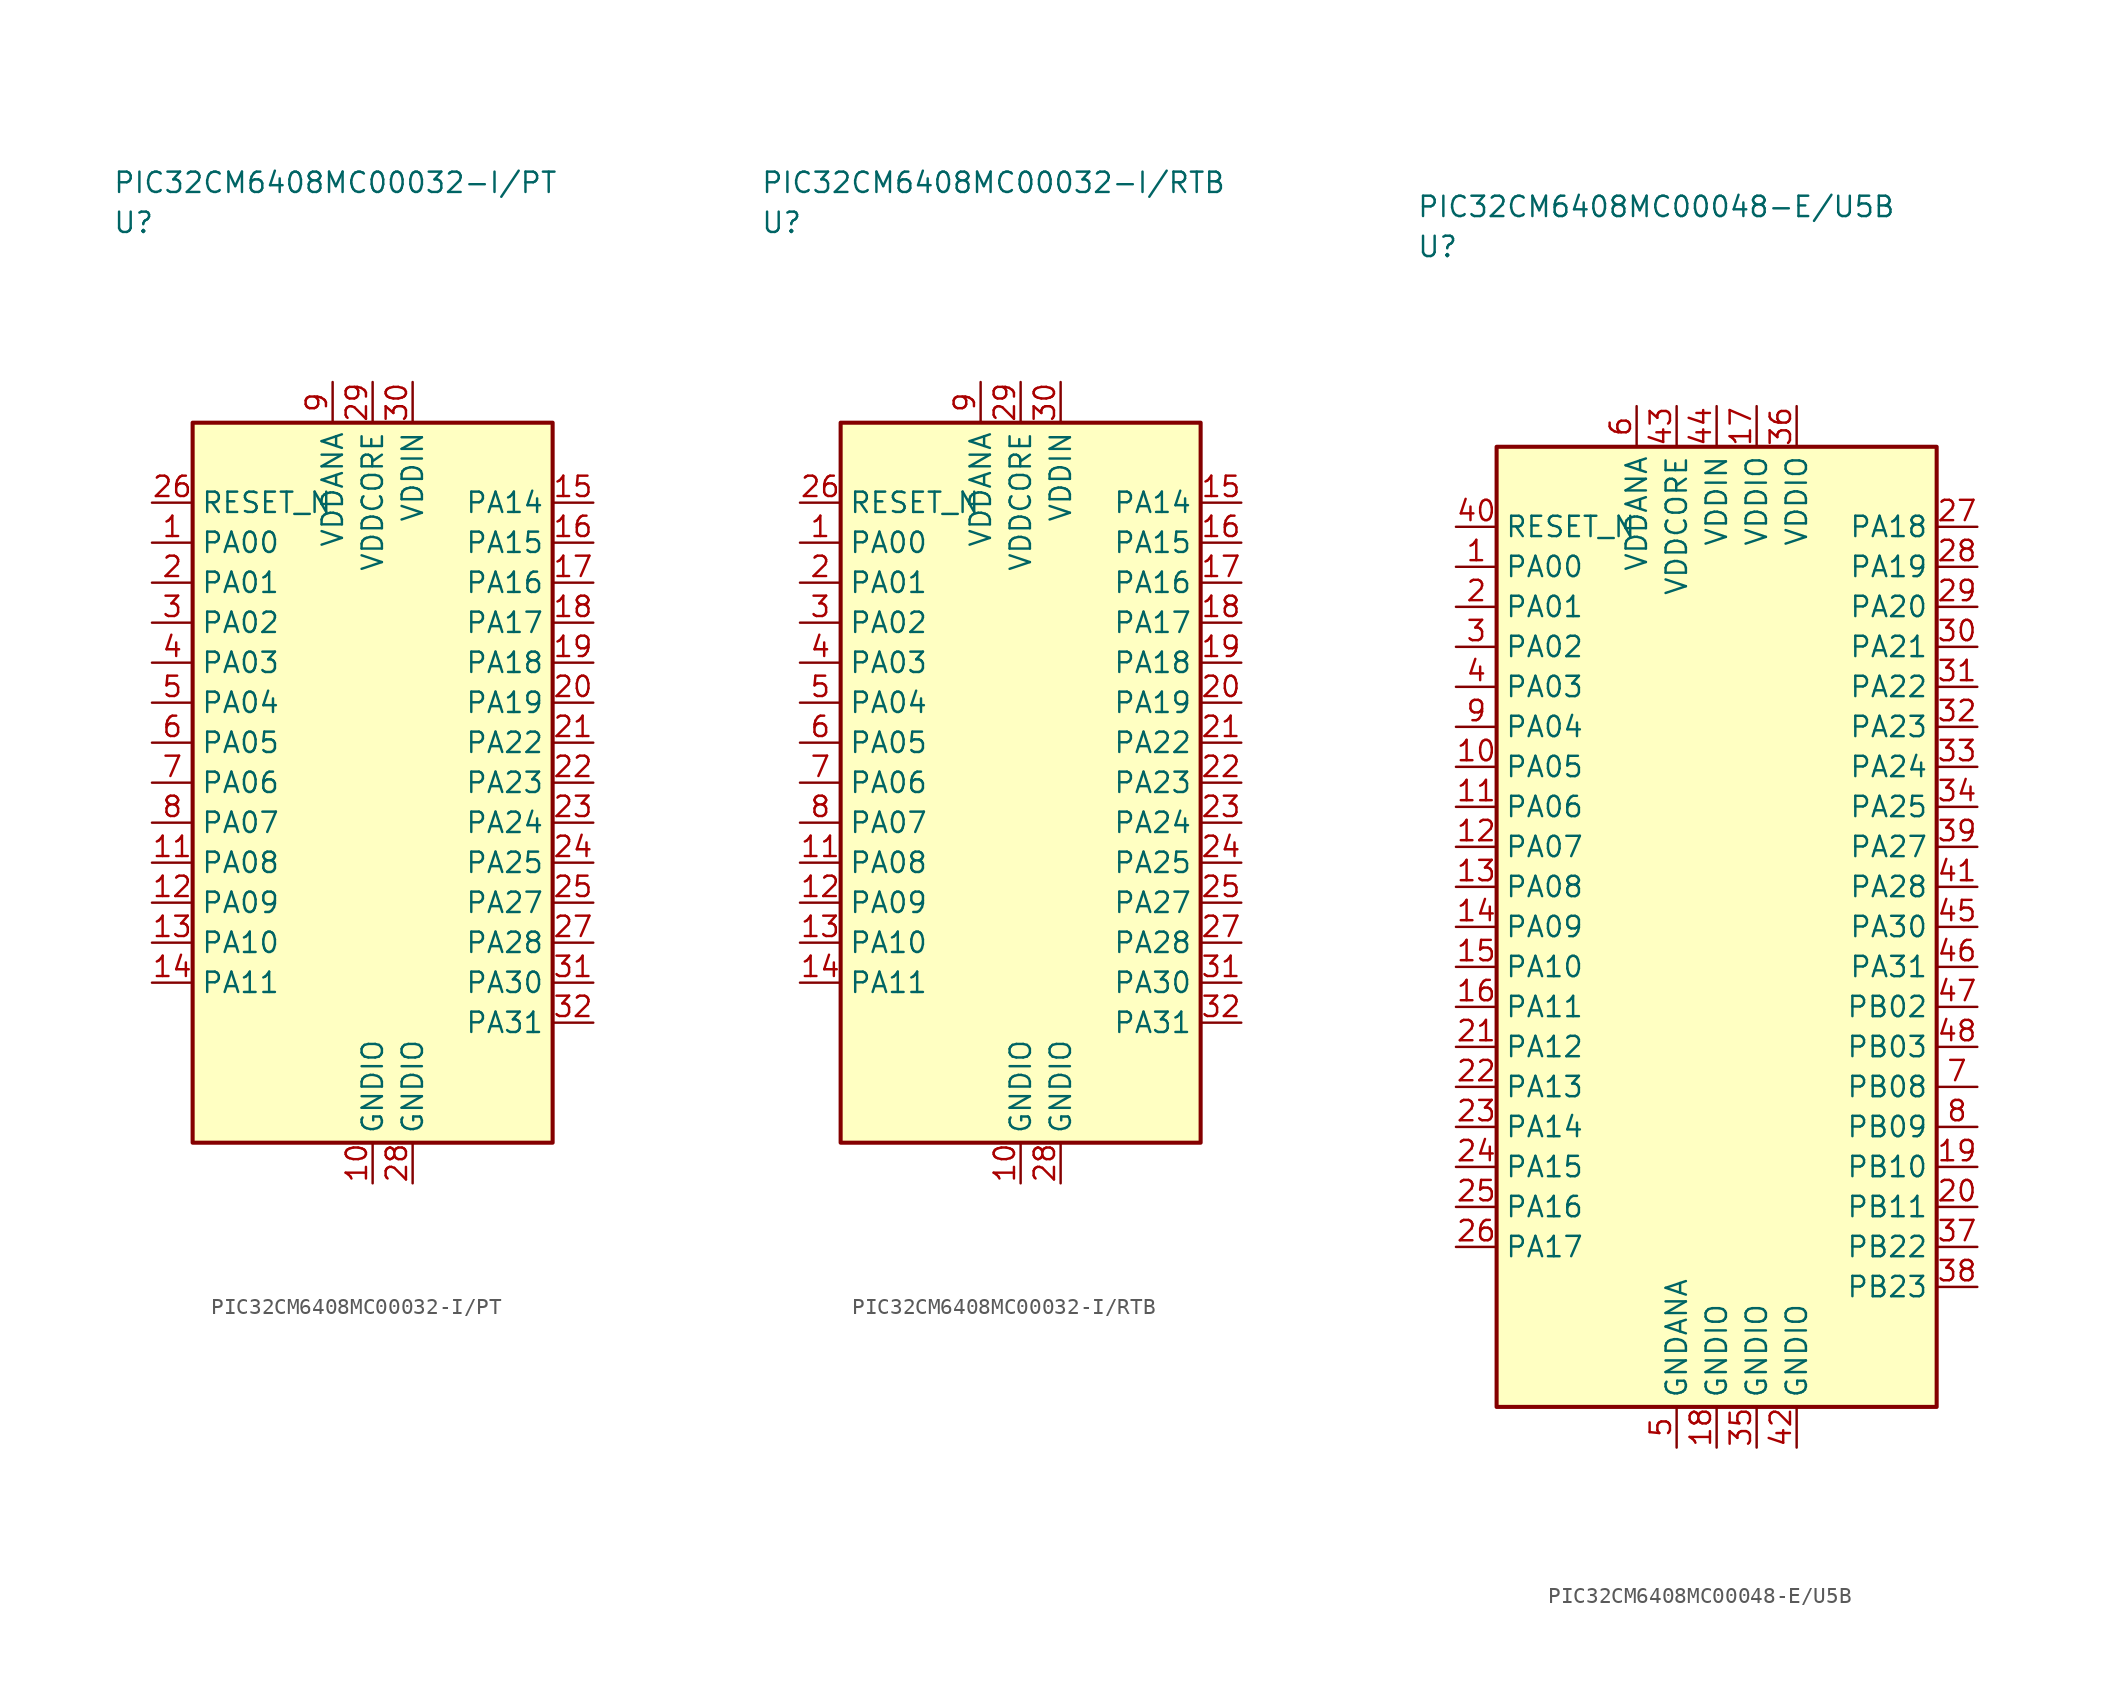
<source format=kicad_sym>
(kicad_symbol_lib
  (version 20241025)
  (generator "kicad_symbol_editor")
  (generator_version "8.0")
  (symbol "PIC32CM6408MC00032-I/PT"
    (property "Reference" "U"
      (at -16.25 35.0 0)
      (effects (font (size 1.27 1.27)) (justify left)))
    (property "Value" "PIC32CM6408MC00032-I/PT"
      (at -16.25 37.5 0)
      (effects (font (size 1.27 1.27)) (justify left)))
    (symbol "PIC32CM6408MC00032-I/PT_0_1"
      (rectangle (start -11.25 22.5) (end 11.25 -22.5) (stroke (width 0.254) (type default)) (fill (type background))))
    (symbol "PIC32CM6408MC00032-I/PT_1_1"
      (pin bidirectional line (at -13.79 15.0 0.0) (length 2.54) (name "PA00" (effects (font (size 1.27 1.27)))) (number "1" (effects (font (size 1.27 1.27)))))
      (pin bidirectional line (at -13.79 12.5 0.0) (length 2.54) (name "PA01" (effects (font (size 1.27 1.27)))) (number "2" (effects (font (size 1.27 1.27)))))
      (pin bidirectional line (at -13.79 10.0 0.0) (length 2.54) (name "PA02" (effects (font (size 1.27 1.27)))) (number "3" (effects (font (size 1.27 1.27)))))
      (pin bidirectional line (at -13.79 7.5 0.0) (length 2.54) (name "PA03" (effects (font (size 1.27 1.27)))) (number "4" (effects (font (size 1.27 1.27)))))
      (pin bidirectional line (at -13.79 5.0 0.0) (length 2.54) (name "PA04" (effects (font (size 1.27 1.27)))) (number "5" (effects (font (size 1.27 1.27)))))
      (pin bidirectional line (at -13.79 2.5 0.0) (length 2.54) (name "PA05" (effects (font (size 1.27 1.27)))) (number "6" (effects (font (size 1.27 1.27)))))
      (pin bidirectional line (at -13.79 0.0 0.0) (length 2.54) (name "PA06" (effects (font (size 1.27 1.27)))) (number "7" (effects (font (size 1.27 1.27)))))
      (pin bidirectional line (at -13.79 -2.5 0.0) (length 2.54) (name "PA07" (effects (font (size 1.27 1.27)))) (number "8" (effects (font (size 1.27 1.27)))))
      (pin power_in line (at -2.5 25.04 270.0) (length 2.54) (name "VDDANA" (effects (font (size 1.27 1.27)))) (number "9" (effects (font (size 1.27 1.27)))))
      (pin passive line (at 0.0 -25.04 90.0) (length 2.54) (name "GNDIO" (effects (font (size 1.27 1.27)))) (number "10" (effects (font (size 1.27 1.27)))))
      (pin bidirectional line (at -13.79 -5.0 0.0) (length 2.54) (name "PA08" (effects (font (size 1.27 1.27)))) (number "11" (effects (font (size 1.27 1.27)))))
      (pin bidirectional line (at -13.79 -7.5 0.0) (length 2.54) (name "PA09" (effects (font (size 1.27 1.27)))) (number "12" (effects (font (size 1.27 1.27)))))
      (pin bidirectional line (at -13.79 -10.0 0.0) (length 2.54) (name "PA10" (effects (font (size 1.27 1.27)))) (number "13" (effects (font (size 1.27 1.27)))))
      (pin bidirectional line (at -13.79 -12.5 0.0) (length 2.54) (name "PA11" (effects (font (size 1.27 1.27)))) (number "14" (effects (font (size 1.27 1.27)))))
      (pin bidirectional line (at 13.79 17.5 180.0) (length 2.54) (name "PA14" (effects (font (size 1.27 1.27)))) (number "15" (effects (font (size 1.27 1.27)))))
      (pin bidirectional line (at 13.79 15.0 180.0) (length 2.54) (name "PA15" (effects (font (size 1.27 1.27)))) (number "16" (effects (font (size 1.27 1.27)))))
      (pin bidirectional line (at 13.79 12.5 180.0) (length 2.54) (name "PA16" (effects (font (size 1.27 1.27)))) (number "17" (effects (font (size 1.27 1.27)))))
      (pin bidirectional line (at 13.79 10.0 180.0) (length 2.54) (name "PA17" (effects (font (size 1.27 1.27)))) (number "18" (effects (font (size 1.27 1.27)))))
      (pin bidirectional line (at 13.79 7.5 180.0) (length 2.54) (name "PA18" (effects (font (size 1.27 1.27)))) (number "19" (effects (font (size 1.27 1.27)))))
      (pin bidirectional line (at 13.79 5.0 180.0) (length 2.54) (name "PA19" (effects (font (size 1.27 1.27)))) (number "20" (effects (font (size 1.27 1.27)))))
      (pin bidirectional line (at 13.79 2.5 180.0) (length 2.54) (name "PA22" (effects (font (size 1.27 1.27)))) (number "21" (effects (font (size 1.27 1.27)))))
      (pin bidirectional line (at 13.79 0.0 180.0) (length 2.54) (name "PA23" (effects (font (size 1.27 1.27)))) (number "22" (effects (font (size 1.27 1.27)))))
      (pin bidirectional line (at 13.79 -2.5 180.0) (length 2.54) (name "PA24" (effects (font (size 1.27 1.27)))) (number "23" (effects (font (size 1.27 1.27)))))
      (pin bidirectional line (at 13.79 -5.0 180.0) (length 2.54) (name "PA25" (effects (font (size 1.27 1.27)))) (number "24" (effects (font (size 1.27 1.27)))))
      (pin bidirectional line (at 13.79 -7.5 180.0) (length 2.54) (name "PA27" (effects (font (size 1.27 1.27)))) (number "25" (effects (font (size 1.27 1.27)))))
      (pin input line (at -13.79 17.5 0.0) (length 2.54) (name "RESET_N" (effects (font (size 1.27 1.27)))) (number "26" (effects (font (size 1.27 1.27)))))
      (pin bidirectional line (at 13.79 -10.0 180.0) (length 2.54) (name "PA28" (effects (font (size 1.27 1.27)))) (number "27" (effects (font (size 1.27 1.27)))))
      (pin passive line (at 2.5 -25.04 90.0) (length 2.54) (name "GNDIO" (effects (font (size 1.27 1.27)))) (number "28" (effects (font (size 1.27 1.27)))))
      (pin power_in line (at 0.0 25.04 270.0) (length 2.54) (name "VDDCORE" (effects (font (size 1.27 1.27)))) (number "29" (effects (font (size 1.27 1.27)))))
      (pin power_in line (at 2.5 25.04 270.0) (length 2.54) (name "VDDIN" (effects (font (size 1.27 1.27)))) (number "30" (effects (font (size 1.27 1.27)))))
      (pin bidirectional line (at 13.79 -12.5 180.0) (length 2.54) (name "PA30" (effects (font (size 1.27 1.27)))) (number "31" (effects (font (size 1.27 1.27)))))
      (pin bidirectional line (at 13.79 -15.0 180.0) (length 2.54) (name "PA31" (effects (font (size 1.27 1.27)))) (number "32" (effects (font (size 1.27 1.27)))))))
  (symbol "PIC32CM6408MC00032-I/RTB"
    (property "Reference" "U"
      (at -16.25 35.0 0)
      (effects (font (size 1.27 1.27)) (justify left)))
    (property "Value" "PIC32CM6408MC00032-I/RTB"
      (at -16.25 37.5 0)
      (effects (font (size 1.27 1.27)) (justify left)))
    (symbol "PIC32CM6408MC00032-I/RTB_0_1"
      (rectangle (start -11.25 22.5) (end 11.25 -22.5) (stroke (width 0.254) (type default)) (fill (type background))))
    (symbol "PIC32CM6408MC00032-I/RTB_1_1"
      (pin bidirectional line (at -13.79 15.0 0.0) (length 2.54) (name "PA00" (effects (font (size 1.27 1.27)))) (number "1" (effects (font (size 1.27 1.27)))))
      (pin bidirectional line (at -13.79 12.5 0.0) (length 2.54) (name "PA01" (effects (font (size 1.27 1.27)))) (number "2" (effects (font (size 1.27 1.27)))))
      (pin bidirectional line (at -13.79 10.0 0.0) (length 2.54) (name "PA02" (effects (font (size 1.27 1.27)))) (number "3" (effects (font (size 1.27 1.27)))))
      (pin bidirectional line (at -13.79 7.5 0.0) (length 2.54) (name "PA03" (effects (font (size 1.27 1.27)))) (number "4" (effects (font (size 1.27 1.27)))))
      (pin bidirectional line (at -13.79 5.0 0.0) (length 2.54) (name "PA04" (effects (font (size 1.27 1.27)))) (number "5" (effects (font (size 1.27 1.27)))))
      (pin bidirectional line (at -13.79 2.5 0.0) (length 2.54) (name "PA05" (effects (font (size 1.27 1.27)))) (number "6" (effects (font (size 1.27 1.27)))))
      (pin bidirectional line (at -13.79 0.0 0.0) (length 2.54) (name "PA06" (effects (font (size 1.27 1.27)))) (number "7" (effects (font (size 1.27 1.27)))))
      (pin bidirectional line (at -13.79 -2.5 0.0) (length 2.54) (name "PA07" (effects (font (size 1.27 1.27)))) (number "8" (effects (font (size 1.27 1.27)))))
      (pin power_in line (at -2.5 25.04 270.0) (length 2.54) (name "VDDANA" (effects (font (size 1.27 1.27)))) (number "9" (effects (font (size 1.27 1.27)))))
      (pin passive line (at 0.0 -25.04 90.0) (length 2.54) (name "GNDIO" (effects (font (size 1.27 1.27)))) (number "10" (effects (font (size 1.27 1.27)))))
      (pin bidirectional line (at -13.79 -5.0 0.0) (length 2.54) (name "PA08" (effects (font (size 1.27 1.27)))) (number "11" (effects (font (size 1.27 1.27)))))
      (pin bidirectional line (at -13.79 -7.5 0.0) (length 2.54) (name "PA09" (effects (font (size 1.27 1.27)))) (number "12" (effects (font (size 1.27 1.27)))))
      (pin bidirectional line (at -13.79 -10.0 0.0) (length 2.54) (name "PA10" (effects (font (size 1.27 1.27)))) (number "13" (effects (font (size 1.27 1.27)))))
      (pin bidirectional line (at -13.79 -12.5 0.0) (length 2.54) (name "PA11" (effects (font (size 1.27 1.27)))) (number "14" (effects (font (size 1.27 1.27)))))
      (pin bidirectional line (at 13.79 17.5 180.0) (length 2.54) (name "PA14" (effects (font (size 1.27 1.27)))) (number "15" (effects (font (size 1.27 1.27)))))
      (pin bidirectional line (at 13.79 15.0 180.0) (length 2.54) (name "PA15" (effects (font (size 1.27 1.27)))) (number "16" (effects (font (size 1.27 1.27)))))
      (pin bidirectional line (at 13.79 12.5 180.0) (length 2.54) (name "PA16" (effects (font (size 1.27 1.27)))) (number "17" (effects (font (size 1.27 1.27)))))
      (pin bidirectional line (at 13.79 10.0 180.0) (length 2.54) (name "PA17" (effects (font (size 1.27 1.27)))) (number "18" (effects (font (size 1.27 1.27)))))
      (pin bidirectional line (at 13.79 7.5 180.0) (length 2.54) (name "PA18" (effects (font (size 1.27 1.27)))) (number "19" (effects (font (size 1.27 1.27)))))
      (pin bidirectional line (at 13.79 5.0 180.0) (length 2.54) (name "PA19" (effects (font (size 1.27 1.27)))) (number "20" (effects (font (size 1.27 1.27)))))
      (pin bidirectional line (at 13.79 2.5 180.0) (length 2.54) (name "PA22" (effects (font (size 1.27 1.27)))) (number "21" (effects (font (size 1.27 1.27)))))
      (pin bidirectional line (at 13.79 0.0 180.0) (length 2.54) (name "PA23" (effects (font (size 1.27 1.27)))) (number "22" (effects (font (size 1.27 1.27)))))
      (pin bidirectional line (at 13.79 -2.5 180.0) (length 2.54) (name "PA24" (effects (font (size 1.27 1.27)))) (number "23" (effects (font (size 1.27 1.27)))))
      (pin bidirectional line (at 13.79 -5.0 180.0) (length 2.54) (name "PA25" (effects (font (size 1.27 1.27)))) (number "24" (effects (font (size 1.27 1.27)))))
      (pin bidirectional line (at 13.79 -7.5 180.0) (length 2.54) (name "PA27" (effects (font (size 1.27 1.27)))) (number "25" (effects (font (size 1.27 1.27)))))
      (pin input line (at -13.79 17.5 0.0) (length 2.54) (name "RESET_N" (effects (font (size 1.27 1.27)))) (number "26" (effects (font (size 1.27 1.27)))))
      (pin bidirectional line (at 13.79 -10.0 180.0) (length 2.54) (name "PA28" (effects (font (size 1.27 1.27)))) (number "27" (effects (font (size 1.27 1.27)))))
      (pin passive line (at 2.5 -25.04 90.0) (length 2.54) (name "GNDIO" (effects (font (size 1.27 1.27)))) (number "28" (effects (font (size 1.27 1.27)))))
      (pin power_in line (at 0.0 25.04 270.0) (length 2.54) (name "VDDCORE" (effects (font (size 1.27 1.27)))) (number "29" (effects (font (size 1.27 1.27)))))
      (pin power_in line (at 2.5 25.04 270.0) (length 2.54) (name "VDDIN" (effects (font (size 1.27 1.27)))) (number "30" (effects (font (size 1.27 1.27)))))
      (pin bidirectional line (at 13.79 -12.5 180.0) (length 2.54) (name "PA30" (effects (font (size 1.27 1.27)))) (number "31" (effects (font (size 1.27 1.27)))))
      (pin bidirectional line (at 13.79 -15.0 180.0) (length 2.54) (name "PA31" (effects (font (size 1.27 1.27)))) (number "32" (effects (font (size 1.27 1.27)))))))
  (symbol "PIC32CM6408MC00048-E/U5B"
    (property "Reference" "U"
      (at -18.75 42.5 0)
      (effects (font (size 1.27 1.27)) (justify left)))
    (property "Value" "PIC32CM6408MC00048-E/U5B"
      (at -18.75 45.0 0)
      (effects (font (size 1.27 1.27)) (justify left)))
    (symbol "PIC32CM6408MC00048-E/U5B_0_1"
      (rectangle (start -13.75 30.0) (end 13.75 -30.0) (stroke (width 0.254) (type default)) (fill (type background))))
    (symbol "PIC32CM6408MC00048-E/U5B_1_1"
      (pin bidirectional line (at -16.29 22.5 0.0) (length 2.54) (name "PA00" (effects (font (size 1.27 1.27)))) (number "1" (effects (font (size 1.27 1.27)))))
      (pin bidirectional line (at -16.29 20.0 0.0) (length 2.54) (name "PA01" (effects (font (size 1.27 1.27)))) (number "2" (effects (font (size 1.27 1.27)))))
      (pin bidirectional line (at -16.29 17.5 0.0) (length 2.54) (name "PA02" (effects (font (size 1.27 1.27)))) (number "3" (effects (font (size 1.27 1.27)))))
      (pin bidirectional line (at -16.29 15.0 0.0) (length 2.54) (name "PA03" (effects (font (size 1.27 1.27)))) (number "4" (effects (font (size 1.27 1.27)))))
      (pin passive line (at -2.5 -32.54 90.0) (length 2.54) (name "GNDANA" (effects (font (size 1.27 1.27)))) (number "5" (effects (font (size 1.27 1.27)))))
      (pin power_in line (at -5.0 32.54 270.0) (length 2.54) (name "VDDANA" (effects (font (size 1.27 1.27)))) (number "6" (effects (font (size 1.27 1.27)))))
      (pin bidirectional line (at 16.29 -10.0 180.0) (length 2.54) (name "PB08" (effects (font (size 1.27 1.27)))) (number "7" (effects (font (size 1.27 1.27)))))
      (pin bidirectional line (at 16.29 -12.5 180.0) (length 2.54) (name "PB09" (effects (font (size 1.27 1.27)))) (number "8" (effects (font (size 1.27 1.27)))))
      (pin bidirectional line (at -16.29 12.5 0.0) (length 2.54) (name "PA04" (effects (font (size 1.27 1.27)))) (number "9" (effects (font (size 1.27 1.27)))))
      (pin bidirectional line (at -16.29 10.0 0.0) (length 2.54) (name "PA05" (effects (font (size 1.27 1.27)))) (number "10" (effects (font (size 1.27 1.27)))))
      (pin bidirectional line (at -16.29 7.5 0.0) (length 2.54) (name "PA06" (effects (font (size 1.27 1.27)))) (number "11" (effects (font (size 1.27 1.27)))))
      (pin bidirectional line (at -16.29 5.0 0.0) (length 2.54) (name "PA07" (effects (font (size 1.27 1.27)))) (number "12" (effects (font (size 1.27 1.27)))))
      (pin bidirectional line (at -16.29 2.5 0.0) (length 2.54) (name "PA08" (effects (font (size 1.27 1.27)))) (number "13" (effects (font (size 1.27 1.27)))))
      (pin bidirectional line (at -16.29 0.0 0.0) (length 2.54) (name "PA09" (effects (font (size 1.27 1.27)))) (number "14" (effects (font (size 1.27 1.27)))))
      (pin bidirectional line (at -16.29 -2.5 0.0) (length 2.54) (name "PA10" (effects (font (size 1.27 1.27)))) (number "15" (effects (font (size 1.27 1.27)))))
      (pin bidirectional line (at -16.29 -5.0 0.0) (length 2.54) (name "PA11" (effects (font (size 1.27 1.27)))) (number "16" (effects (font (size 1.27 1.27)))))
      (pin power_in line (at 2.5 32.54 270.0) (length 2.54) (name "VDDIO" (effects (font (size 1.27 1.27)))) (number "17" (effects (font (size 1.27 1.27)))))
      (pin passive line (at 0.0 -32.54 90.0) (length 2.54) (name "GNDIO" (effects (font (size 1.27 1.27)))) (number "18" (effects (font (size 1.27 1.27)))))
      (pin bidirectional line (at 16.29 -15.0 180.0) (length 2.54) (name "PB10" (effects (font (size 1.27 1.27)))) (number "19" (effects (font (size 1.27 1.27)))))
      (pin bidirectional line (at 16.29 -17.5 180.0) (length 2.54) (name "PB11" (effects (font (size 1.27 1.27)))) (number "20" (effects (font (size 1.27 1.27)))))
      (pin bidirectional line (at -16.29 -7.5 0.0) (length 2.54) (name "PA12" (effects (font (size 1.27 1.27)))) (number "21" (effects (font (size 1.27 1.27)))))
      (pin bidirectional line (at -16.29 -10.0 0.0) (length 2.54) (name "PA13" (effects (font (size 1.27 1.27)))) (number "22" (effects (font (size 1.27 1.27)))))
      (pin bidirectional line (at -16.29 -12.5 0.0) (length 2.54) (name "PA14" (effects (font (size 1.27 1.27)))) (number "23" (effects (font (size 1.27 1.27)))))
      (pin bidirectional line (at -16.29 -15.0 0.0) (length 2.54) (name "PA15" (effects (font (size 1.27 1.27)))) (number "24" (effects (font (size 1.27 1.27)))))
      (pin bidirectional line (at -16.29 -17.5 0.0) (length 2.54) (name "PA16" (effects (font (size 1.27 1.27)))) (number "25" (effects (font (size 1.27 1.27)))))
      (pin bidirectional line (at -16.29 -20.0 0.0) (length 2.54) (name "PA17" (effects (font (size 1.27 1.27)))) (number "26" (effects (font (size 1.27 1.27)))))
      (pin bidirectional line (at 16.29 25.0 180.0) (length 2.54) (name "PA18" (effects (font (size 1.27 1.27)))) (number "27" (effects (font (size 1.27 1.27)))))
      (pin bidirectional line (at 16.29 22.5 180.0) (length 2.54) (name "PA19" (effects (font (size 1.27 1.27)))) (number "28" (effects (font (size 1.27 1.27)))))
      (pin bidirectional line (at 16.29 20.0 180.0) (length 2.54) (name "PA20" (effects (font (size 1.27 1.27)))) (number "29" (effects (font (size 1.27 1.27)))))
      (pin bidirectional line (at 16.29 17.5 180.0) (length 2.54) (name "PA21" (effects (font (size 1.27 1.27)))) (number "30" (effects (font (size 1.27 1.27)))))
      (pin bidirectional line (at 16.29 15.0 180.0) (length 2.54) (name "PA22" (effects (font (size 1.27 1.27)))) (number "31" (effects (font (size 1.27 1.27)))))
      (pin bidirectional line (at 16.29 12.5 180.0) (length 2.54) (name "PA23" (effects (font (size 1.27 1.27)))) (number "32" (effects (font (size 1.27 1.27)))))
      (pin bidirectional line (at 16.29 10.0 180.0) (length 2.54) (name "PA24" (effects (font (size 1.27 1.27)))) (number "33" (effects (font (size 1.27 1.27)))))
      (pin bidirectional line (at 16.29 7.5 180.0) (length 2.54) (name "PA25" (effects (font (size 1.27 1.27)))) (number "34" (effects (font (size 1.27 1.27)))))
      (pin passive line (at 2.5 -32.54 90.0) (length 2.54) (name "GNDIO" (effects (font (size 1.27 1.27)))) (number "35" (effects (font (size 1.27 1.27)))))
      (pin power_in line (at 5.0 32.54 270.0) (length 2.54) (name "VDDIO" (effects (font (size 1.27 1.27)))) (number "36" (effects (font (size 1.27 1.27)))))
      (pin bidirectional line (at 16.29 -20.0 180.0) (length 2.54) (name "PB22" (effects (font (size 1.27 1.27)))) (number "37" (effects (font (size 1.27 1.27)))))
      (pin bidirectional line (at 16.29 -22.5 180.0) (length 2.54) (name "PB23" (effects (font (size 1.27 1.27)))) (number "38" (effects (font (size 1.27 1.27)))))
      (pin bidirectional line (at 16.29 5.0 180.0) (length 2.54) (name "PA27" (effects (font (size 1.27 1.27)))) (number "39" (effects (font (size 1.27 1.27)))))
      (pin input line (at -16.29 25.0 0.0) (length 2.54) (name "RESET_N" (effects (font (size 1.27 1.27)))) (number "40" (effects (font (size 1.27 1.27)))))
      (pin bidirectional line (at 16.29 2.5 180.0) (length 2.54) (name "PA28" (effects (font (size 1.27 1.27)))) (number "41" (effects (font (size 1.27 1.27)))))
      (pin passive line (at 5.0 -32.54 90.0) (length 2.54) (name "GNDIO" (effects (font (size 1.27 1.27)))) (number "42" (effects (font (size 1.27 1.27)))))
      (pin power_in line (at -2.5 32.54 270.0) (length 2.54) (name "VDDCORE" (effects (font (size 1.27 1.27)))) (number "43" (effects (font (size 1.27 1.27)))))
      (pin power_in line (at 0.0 32.54 270.0) (length 2.54) (name "VDDIN" (effects (font (size 1.27 1.27)))) (number "44" (effects (font (size 1.27 1.27)))))
      (pin bidirectional line (at 16.29 0.0 180.0) (length 2.54) (name "PA30" (effects (font (size 1.27 1.27)))) (number "45" (effects (font (size 1.27 1.27)))))
      (pin bidirectional line (at 16.29 -2.5 180.0) (length 2.54) (name "PA31" (effects (font (size 1.27 1.27)))) (number "46" (effects (font (size 1.27 1.27)))))
      (pin bidirectional line (at 16.29 -5.0 180.0) (length 2.54) (name "PB02" (effects (font (size 1.27 1.27)))) (number "47" (effects (font (size 1.27 1.27)))))
      (pin bidirectional line (at 16.29 -7.5 180.0) (length 2.54) (name "PB03" (effects (font (size 1.27 1.27)))) (number "48" (effects (font (size 1.27 1.27))))))))
</source>
